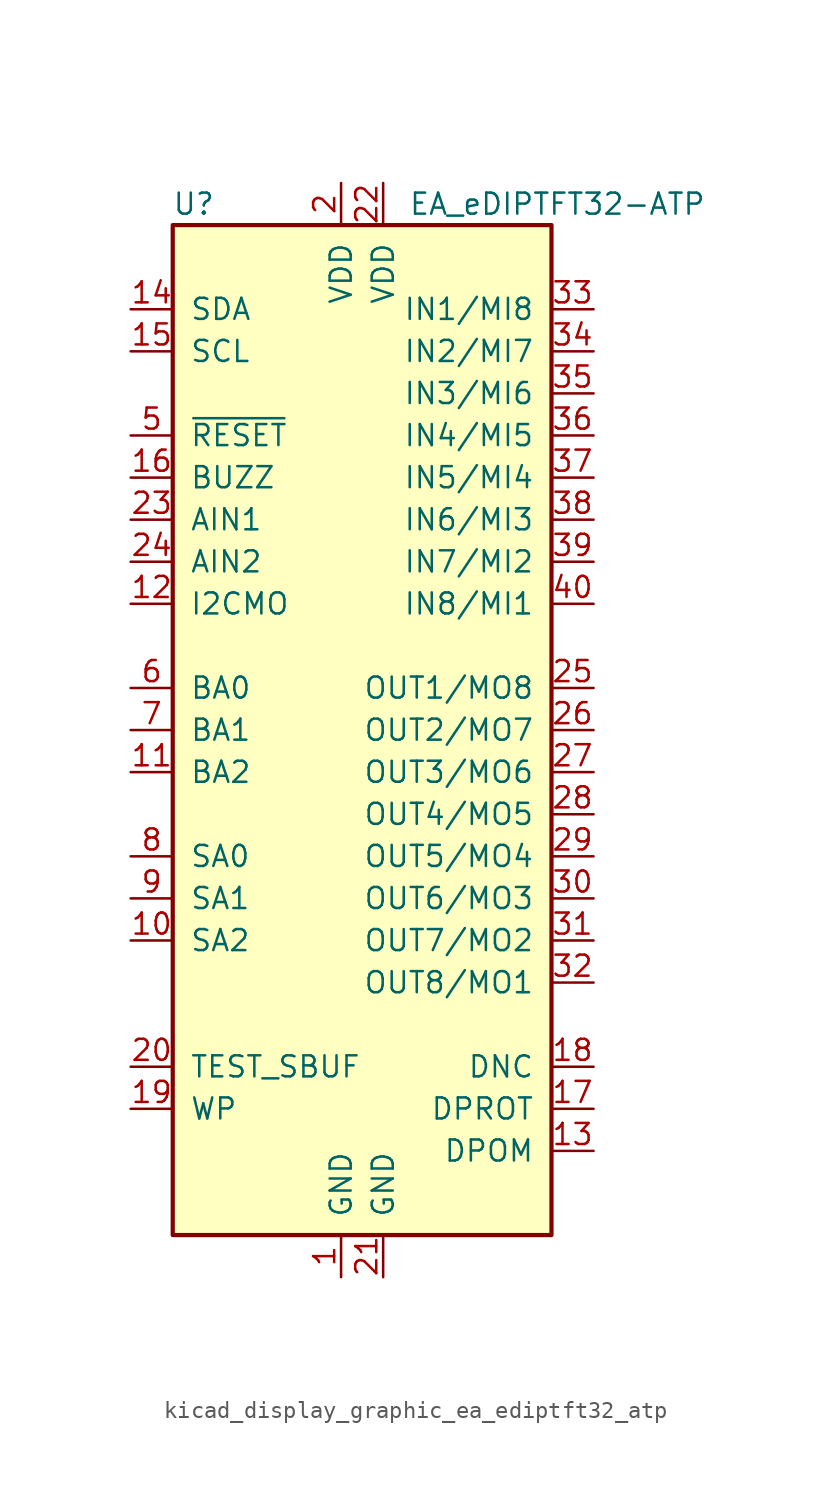
<source format=kicad_sym>
(kicad_symbol_lib
  (version 20220914)
  (generator kicad_symbol_editor)
  (symbol "kicad_display_graphic_ea_ediptft32_atp"
    (pin_names
      (offset 1.016))
    (property "Reference" "U"
      (at -11.43 31.75 0)
      (effects (font (size 1.27 1.27))))
    (property "Value" "EA_eDIPTFT32-ATP"
      (at 1.524 31.75 0)
      (effects (font (size 1.27 1.27)) (justify left)))
    (symbol "kicad_display_graphic_ea_ediptft32_atp_0_1"
      (rectangle (start -12.7 30.48) (end 10.16 -30.48) (stroke (width 0.254) (type default)) (fill (type background))))
    (symbol "kicad_display_graphic_ea_ediptft32_atp_1_1"
      (pin power_in line (at -2.54 -33.02 90) (length 2.54) (name "GND" (effects (font (size 1.27 1.27)))) (number "1" (effects (font (size 1.27 1.27)))))
      (pin input line (at -15.24 -12.7 0) (length 2.54) (name "SA2" (effects (font (size 1.27 1.27)))) (number "10" (effects (font (size 1.27 1.27)))))
      (pin input line (at -15.24 -2.54 0) (length 2.54) (name "BA2" (effects (font (size 1.27 1.27)))) (number "11" (effects (font (size 1.27 1.27)))))
      (pin input line (at -15.24 7.62 0) (length 2.54) (name "I2CMO" (effects (font (size 1.27 1.27)))) (number "12" (effects (font (size 1.27 1.27)))))
      (pin input line (at 12.7 -25.4 180) (length 2.54) (name "DPOM" (effects (font (size 1.27 1.27)))) (number "13" (effects (font (size 1.27 1.27)))))
      (pin bidirectional line (at -15.24 25.4 0) (length 2.54) (name "SDA" (effects (font (size 1.27 1.27)))) (number "14" (effects (font (size 1.27 1.27)))))
      (pin input line (at -15.24 22.86 0) (length 2.54) (name "SCL" (effects (font (size 1.27 1.27)))) (number "15" (effects (font (size 1.27 1.27)))))
      (pin output line (at -15.24 15.24 0) (length 2.54) (name "BUZZ" (effects (font (size 1.27 1.27)))) (number "16" (effects (font (size 1.27 1.27)))))
      (pin input line (at 12.7 -22.86 180) (length 2.54) (name "DPROT" (effects (font (size 1.27 1.27)))) (number "17" (effects (font (size 1.27 1.27)))))
      (pin output line (at 12.7 -20.32 180) (length 2.54) (name "DNC" (effects (font (size 1.27 1.27)))) (number "18" (effects (font (size 1.27 1.27)))))
      (pin input line (at -15.24 -22.86 0) (length 2.54) (name "WP" (effects (font (size 1.27 1.27)))) (number "19" (effects (font (size 1.27 1.27)))))
      (pin power_in line (at -2.54 33.02 270) (length 2.54) (name "VDD" (effects (font (size 1.27 1.27)))) (number "2" (effects (font (size 1.27 1.27)))))
      (pin bidirectional line (at -15.24 -20.32 0) (length 2.54) (name "TEST_SBUF" (effects (font (size 1.27 1.27)))) (number "20" (effects (font (size 1.27 1.27)))))
      (pin power_in line (at 0 -33.02 90) (length 2.54) (name "GND" (effects (font (size 1.27 1.27)))) (number "21" (effects (font (size 1.27 1.27)))))
      (pin power_in line (at 0 33.02 270) (length 2.54) (name "VDD" (effects (font (size 1.27 1.27)))) (number "22" (effects (font (size 1.27 1.27)))))
      (pin input line (at -15.24 12.7 0) (length 2.54) (name "AIN1" (effects (font (size 1.27 1.27)))) (number "23" (effects (font (size 1.27 1.27)))))
      (pin input line (at -15.24 10.16 0) (length 2.54) (name "AIN2" (effects (font (size 1.27 1.27)))) (number "24" (effects (font (size 1.27 1.27)))))
      (pin output line (at 12.7 2.54 180) (length 2.54) (name "OUT1/MO8" (effects (font (size 1.27 1.27)))) (number "25" (effects (font (size 1.27 1.27)))))
      (pin output line (at 12.7 0 180) (length 2.54) (name "OUT2/MO7" (effects (font (size 1.27 1.27)))) (number "26" (effects (font (size 1.27 1.27)))))
      (pin output line (at 12.7 -2.54 180) (length 2.54) (name "OUT3/MO6" (effects (font (size 1.27 1.27)))) (number "27" (effects (font (size 1.27 1.27)))))
      (pin output line (at 12.7 -5.08 180) (length 2.54) (name "OUT4/MO5" (effects (font (size 1.27 1.27)))) (number "28" (effects (font (size 1.27 1.27)))))
      (pin output line (at 12.7 -7.62 180) (length 2.54) (name "OUT5/MO4" (effects (font (size 1.27 1.27)))) (number "29" (effects (font (size 1.27 1.27)))))
      (pin no_connect line (at 10.16 -27.94 180) (length 2.54) hide (name "NC" (effects (font (size 1.27 1.27)))) (number "3" (effects (font (size 1.27 1.27)))))
      (pin output line (at 12.7 -10.16 180) (length 2.54) (name "OUT6/MO3" (effects (font (size 1.27 1.27)))) (number "30" (effects (font (size 1.27 1.27)))))
      (pin output line (at 12.7 -12.7 180) (length 2.54) (name "OUT7/MO2" (effects (font (size 1.27 1.27)))) (number "31" (effects (font (size 1.27 1.27)))))
      (pin output line (at 12.7 -15.24 180) (length 2.54) (name "OUT8/MO1" (effects (font (size 1.27 1.27)))) (number "32" (effects (font (size 1.27 1.27)))))
      (pin input line (at 12.7 25.4 180) (length 2.54) (name "IN1/MI8" (effects (font (size 1.27 1.27)))) (number "33" (effects (font (size 1.27 1.27)))))
      (pin input line (at 12.7 22.86 180) (length 2.54) (name "IN2/MI7" (effects (font (size 1.27 1.27)))) (number "34" (effects (font (size 1.27 1.27)))))
      (pin input line (at 12.7 20.32 180) (length 2.54) (name "IN3/MI6" (effects (font (size 1.27 1.27)))) (number "35" (effects (font (size 1.27 1.27)))))
      (pin input line (at 12.7 17.78 180) (length 2.54) (name "IN4/MI5" (effects (font (size 1.27 1.27)))) (number "36" (effects (font (size 1.27 1.27)))))
      (pin input line (at 12.7 15.24 180) (length 2.54) (name "IN5/MI4" (effects (font (size 1.27 1.27)))) (number "37" (effects (font (size 1.27 1.27)))))
      (pin input line (at 12.7 12.7 180) (length 2.54) (name "IN6/MI3" (effects (font (size 1.27 1.27)))) (number "38" (effects (font (size 1.27 1.27)))))
      (pin input line (at 12.7 10.16 180) (length 2.54) (name "IN7/MI2" (effects (font (size 1.27 1.27)))) (number "39" (effects (font (size 1.27 1.27)))))
      (pin no_connect line (at -12.7 -27.94 0) (length 2.54) hide (name "NC" (effects (font (size 1.27 1.27)))) (number "4" (effects (font (size 1.27 1.27)))))
      (pin input line (at 12.7 7.62 180) (length 2.54) (name "IN8/MI1" (effects (font (size 1.27 1.27)))) (number "40" (effects (font (size 1.27 1.27)))))
      (pin input line (at -15.24 17.78 0) (length 2.54) (name "~{RESET}" (effects (font (size 1.27 1.27)))) (number "5" (effects (font (size 1.27 1.27)))))
      (pin input line (at -15.24 2.54 0) (length 2.54) (name "BA0" (effects (font (size 1.27 1.27)))) (number "6" (effects (font (size 1.27 1.27)))))
      (pin input line (at -15.24 0 0) (length 2.54) (name "BA1" (effects (font (size 1.27 1.27)))) (number "7" (effects (font (size 1.27 1.27)))))
      (pin input line (at -15.24 -7.62 0) (length 2.54) (name "SA0" (effects (font (size 1.27 1.27)))) (number "8" (effects (font (size 1.27 1.27)))))
      (pin input line (at -15.24 -10.16 0) (length 2.54) (name "SA1" (effects (font (size 1.27 1.27)))) (number "9" (effects (font (size 1.27 1.27))))))))
</source>
